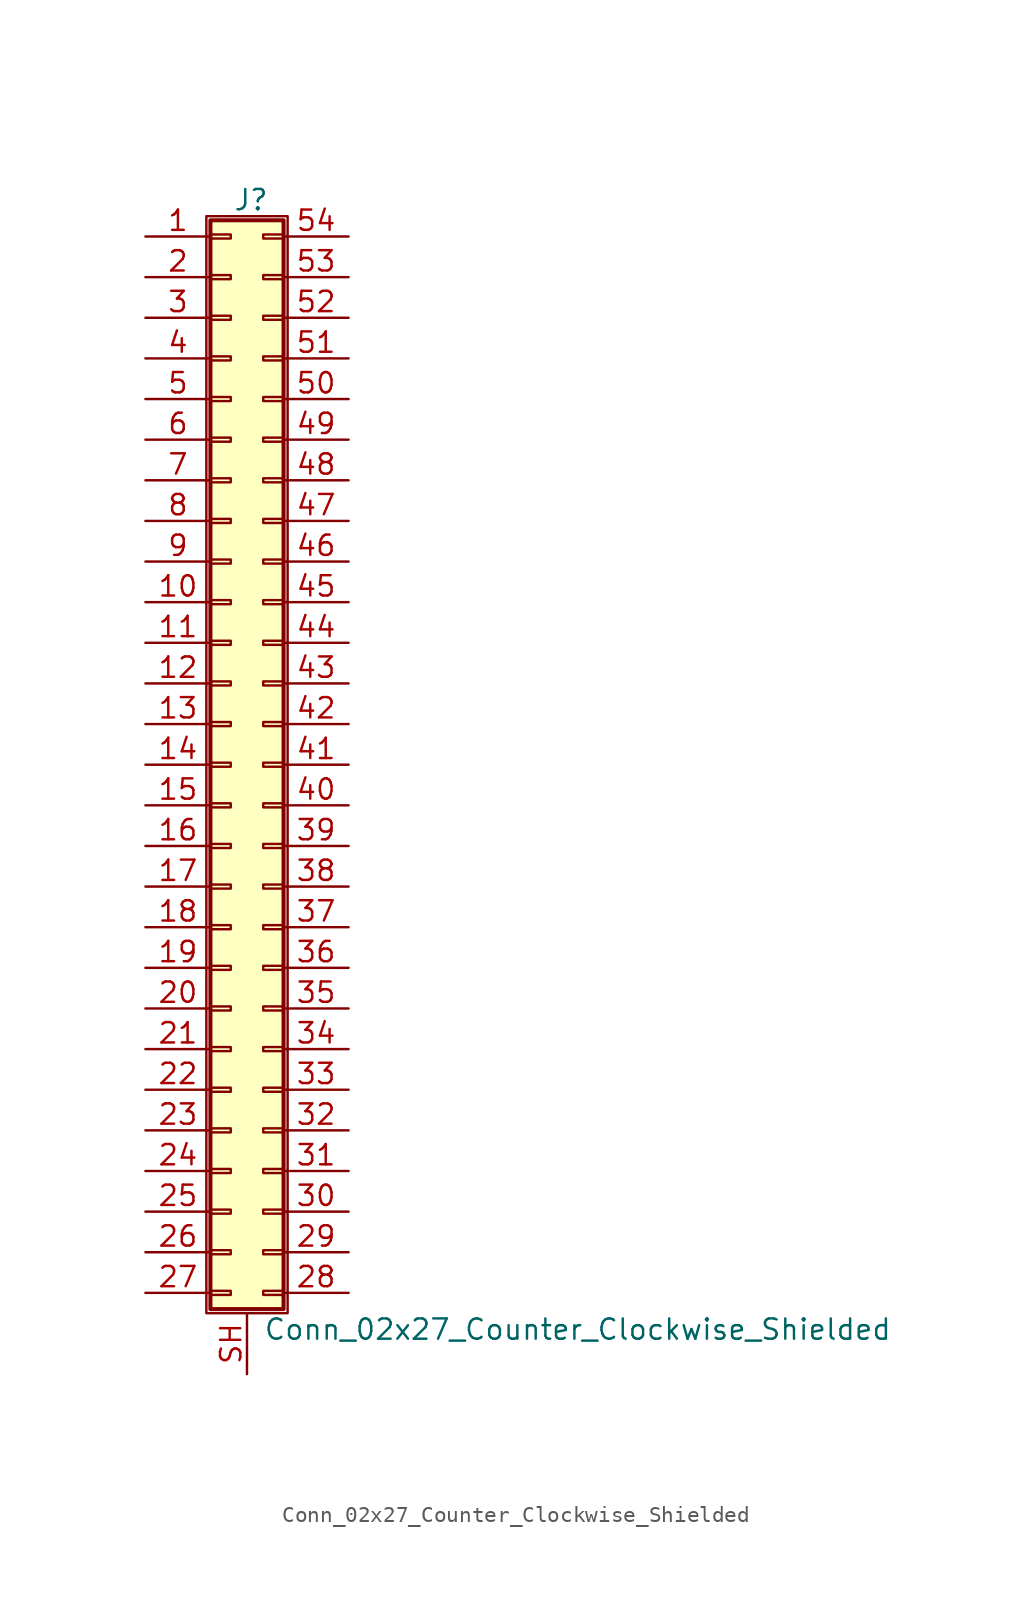
<source format=kicad_sym>
(kicad_symbol_lib
  (version 20201005)
  (generator kicad_symbol_editor)
  (symbol "Conn_02x27_Counter_Clockwise_Shielded"
    (pin_names
      (offset 1.016) hide)
    (property "Reference" "J"
      (at 1.524 35.306 0)
      (effects (font (size 1.27 1.27))))
    (property "Value" "Conn_02x27_Counter_Clockwise_Shielded"
      (at 2.286 -35.306 0)
      (effects (font (size 1.27 1.27)) (justify left)))
    (symbol "Conn_02x27_Counter_Clockwise_Shielded_1_1"
      (rectangle (start -1.27 34.29) (end 3.81 -34.29) (stroke (width 0.152)) (fill (type none)))
      (rectangle (start -1.016 -32.893) (end 0.254 -33.147) (stroke (width 0.152)) (fill (type none)))
      (rectangle (start -1.016 -30.353) (end 0.254 -30.607) (stroke (width 0.152)) (fill (type none)))
      (rectangle (start -1.016 -27.813) (end 0.254 -28.067) (stroke (width 0.152)) (fill (type none)))
      (rectangle (start -1.016 -25.273) (end 0.254 -25.527) (stroke (width 0.152)) (fill (type none)))
      (rectangle (start -1.016 -22.733) (end 0.254 -22.987) (stroke (width 0.152)) (fill (type none)))
      (rectangle (start -1.016 -20.193) (end 0.254 -20.447) (stroke (width 0.152)) (fill (type none)))
      (rectangle (start -1.016 -17.653) (end 0.254 -17.907) (stroke (width 0.152)) (fill (type none)))
      (rectangle (start -1.016 -15.113) (end 0.254 -15.367) (stroke (width 0.152)) (fill (type none)))
      (rectangle (start -1.016 -12.573) (end 0.254 -12.827) (stroke (width 0.152)) (fill (type none)))
      (rectangle (start -1.016 -10.033) (end 0.254 -10.287) (stroke (width 0.152)) (fill (type none)))
      (rectangle (start -1.016 -7.493) (end 0.254 -7.747) (stroke (width 0.152)) (fill (type none)))
      (rectangle (start -1.016 -4.953) (end 0.254 -5.207) (stroke (width 0.152)) (fill (type none)))
      (rectangle (start -1.016 -2.413) (end 0.254 -2.667) (stroke (width 0.152)) (fill (type none)))
      (rectangle (start -1.016 0.127) (end 0.254 -0.127) (stroke (width 0.152)) (fill (type none)))
      (rectangle (start -1.016 2.667) (end 0.254 2.413) (stroke (width 0.152)) (fill (type none)))
      (rectangle (start -1.016 5.207) (end 0.254 4.953) (stroke (width 0.152)) (fill (type none)))
      (rectangle (start -1.016 7.747) (end 0.254 7.493) (stroke (width 0.152)) (fill (type none)))
      (rectangle (start -1.016 10.287) (end 0.254 10.033) (stroke (width 0.152)) (fill (type none)))
      (rectangle (start -1.016 12.827) (end 0.254 12.573) (stroke (width 0.152)) (fill (type none)))
      (rectangle (start -1.016 15.367) (end 0.254 15.113) (stroke (width 0.152)) (fill (type none)))
      (rectangle (start -1.016 17.907) (end 0.254 17.653) (stroke (width 0.152)) (fill (type none)))
      (rectangle (start -1.016 20.447) (end 0.254 20.193) (stroke (width 0.152)) (fill (type none)))
      (rectangle (start -1.016 22.987) (end 0.254 22.733) (stroke (width 0.152)) (fill (type none)))
      (rectangle (start -1.016 25.527) (end 0.254 25.273) (stroke (width 0.152)) (fill (type none)))
      (rectangle (start -1.016 28.067) (end 0.254 27.813) (stroke (width 0.152)) (fill (type none)))
      (rectangle (start -1.016 30.607) (end 0.254 30.353) (stroke (width 0.152)) (fill (type none)))
      (rectangle (start -1.016 33.147) (end 0.254 32.893) (stroke (width 0.152)) (fill (type none)))
      (rectangle (start -1.016 34.036) (end 3.556 -34.036) (stroke (width 0.254)) (fill (type background)))
      (rectangle (start 3.556 -32.893) (end 2.286 -33.147) (stroke (width 0.152)) (fill (type none)))
      (rectangle (start 3.556 -30.353) (end 2.286 -30.607) (stroke (width 0.152)) (fill (type none)))
      (rectangle (start 3.556 -27.813) (end 2.286 -28.067) (stroke (width 0.152)) (fill (type none)))
      (rectangle (start 3.556 -25.273) (end 2.286 -25.527) (stroke (width 0.152)) (fill (type none)))
      (rectangle (start 3.556 -22.733) (end 2.286 -22.987) (stroke (width 0.152)) (fill (type none)))
      (rectangle (start 3.556 -20.193) (end 2.286 -20.447) (stroke (width 0.152)) (fill (type none)))
      (rectangle (start 3.556 -17.653) (end 2.286 -17.907) (stroke (width 0.152)) (fill (type none)))
      (rectangle (start 3.556 -15.113) (end 2.286 -15.367) (stroke (width 0.152)) (fill (type none)))
      (rectangle (start 3.556 -12.573) (end 2.286 -12.827) (stroke (width 0.152)) (fill (type none)))
      (rectangle (start 3.556 -10.033) (end 2.286 -10.287) (stroke (width 0.152)) (fill (type none)))
      (rectangle (start 3.556 -7.493) (end 2.286 -7.747) (stroke (width 0.152)) (fill (type none)))
      (rectangle (start 3.556 -4.953) (end 2.286 -5.207) (stroke (width 0.152)) (fill (type none)))
      (rectangle (start 3.556 -2.413) (end 2.286 -2.667) (stroke (width 0.152)) (fill (type none)))
      (rectangle (start 3.556 0.127) (end 2.286 -0.127) (stroke (width 0.152)) (fill (type none)))
      (rectangle (start 3.556 2.667) (end 2.286 2.413) (stroke (width 0.152)) (fill (type none)))
      (rectangle (start 3.556 5.207) (end 2.286 4.953) (stroke (width 0.152)) (fill (type none)))
      (rectangle (start 3.556 7.747) (end 2.286 7.493) (stroke (width 0.152)) (fill (type none)))
      (rectangle (start 3.556 10.287) (end 2.286 10.033) (stroke (width 0.152)) (fill (type none)))
      (rectangle (start 3.556 12.827) (end 2.286 12.573) (stroke (width 0.152)) (fill (type none)))
      (rectangle (start 3.556 15.367) (end 2.286 15.113) (stroke (width 0.152)) (fill (type none)))
      (rectangle (start 3.556 17.907) (end 2.286 17.653) (stroke (width 0.152)) (fill (type none)))
      (rectangle (start 3.556 20.447) (end 2.286 20.193) (stroke (width 0.152)) (fill (type none)))
      (rectangle (start 3.556 22.987) (end 2.286 22.733) (stroke (width 0.152)) (fill (type none)))
      (rectangle (start 3.556 25.527) (end 2.286 25.273) (stroke (width 0.152)) (fill (type none)))
      (rectangle (start 3.556 28.067) (end 2.286 27.813) (stroke (width 0.152)) (fill (type none)))
      (rectangle (start 3.556 30.607) (end 2.286 30.353) (stroke (width 0.152)) (fill (type none)))
      (rectangle (start 3.556 33.147) (end 2.286 32.893) (stroke (width 0.152)) (fill (type none)))
      (pin passive line (at -5.08 33.02 0) (length 4.064) (name "Pin_1" (effects (font (size 1.27 1.27)))) (number "1" (effects (font (size 1.27 1.27)))))
      (pin passive line (at -5.08 10.16 0) (length 4.064) (name "Pin_10" (effects (font (size 1.27 1.27)))) (number "10" (effects (font (size 1.27 1.27)))))
      (pin passive line (at -5.08 7.62 0) (length 4.064) (name "Pin_11" (effects (font (size 1.27 1.27)))) (number "11" (effects (font (size 1.27 1.27)))))
      (pin passive line (at -5.08 5.08 0) (length 4.064) (name "Pin_12" (effects (font (size 1.27 1.27)))) (number "12" (effects (font (size 1.27 1.27)))))
      (pin passive line (at -5.08 2.54 0) (length 4.064) (name "Pin_13" (effects (font (size 1.27 1.27)))) (number "13" (effects (font (size 1.27 1.27)))))
      (pin passive line (at -5.08 0 0) (length 4.064) (name "Pin_14" (effects (font (size 1.27 1.27)))) (number "14" (effects (font (size 1.27 1.27)))))
      (pin passive line (at -5.08 -2.54 0) (length 4.064) (name "Pin_15" (effects (font (size 1.27 1.27)))) (number "15" (effects (font (size 1.27 1.27)))))
      (pin passive line (at -5.08 -5.08 0) (length 4.064) (name "Pin_16" (effects (font (size 1.27 1.27)))) (number "16" (effects (font (size 1.27 1.27)))))
      (pin passive line (at -5.08 -7.62 0) (length 4.064) (name "Pin_17" (effects (font (size 1.27 1.27)))) (number "17" (effects (font (size 1.27 1.27)))))
      (pin passive line (at -5.08 -10.16 0) (length 4.064) (name "Pin_18" (effects (font (size 1.27 1.27)))) (number "18" (effects (font (size 1.27 1.27)))))
      (pin passive line (at -5.08 -12.7 0) (length 4.064) (name "Pin_19" (effects (font (size 1.27 1.27)))) (number "19" (effects (font (size 1.27 1.27)))))
      (pin passive line (at -5.08 30.48 0) (length 4.064) (name "Pin_2" (effects (font (size 1.27 1.27)))) (number "2" (effects (font (size 1.27 1.27)))))
      (pin passive line (at -5.08 -15.24 0) (length 4.064) (name "Pin_20" (effects (font (size 1.27 1.27)))) (number "20" (effects (font (size 1.27 1.27)))))
      (pin passive line (at -5.08 -17.78 0) (length 4.064) (name "Pin_21" (effects (font (size 1.27 1.27)))) (number "21" (effects (font (size 1.27 1.27)))))
      (pin passive line (at -5.08 -20.32 0) (length 4.064) (name "Pin_22" (effects (font (size 1.27 1.27)))) (number "22" (effects (font (size 1.27 1.27)))))
      (pin passive line (at -5.08 -22.86 0) (length 4.064) (name "Pin_23" (effects (font (size 1.27 1.27)))) (number "23" (effects (font (size 1.27 1.27)))))
      (pin passive line (at -5.08 -25.4 0) (length 4.064) (name "Pin_24" (effects (font (size 1.27 1.27)))) (number "24" (effects (font (size 1.27 1.27)))))
      (pin passive line (at -5.08 -27.94 0) (length 4.064) (name "Pin_25" (effects (font (size 1.27 1.27)))) (number "25" (effects (font (size 1.27 1.27)))))
      (pin passive line (at -5.08 -30.48 0) (length 4.064) (name "Pin_26" (effects (font (size 1.27 1.27)))) (number "26" (effects (font (size 1.27 1.27)))))
      (pin passive line (at -5.08 -33.02 0) (length 4.064) (name "Pin_27" (effects (font (size 1.27 1.27)))) (number "27" (effects (font (size 1.27 1.27)))))
      (pin passive line (at 7.62 -33.02 180) (length 4.064) (name "Pin_28" (effects (font (size 1.27 1.27)))) (number "28" (effects (font (size 1.27 1.27)))))
      (pin passive line (at 7.62 -30.48 180) (length 4.064) (name "Pin_29" (effects (font (size 1.27 1.27)))) (number "29" (effects (font (size 1.27 1.27)))))
      (pin passive line (at -5.08 27.94 0) (length 4.064) (name "Pin_3" (effects (font (size 1.27 1.27)))) (number "3" (effects (font (size 1.27 1.27)))))
      (pin passive line (at 7.62 -27.94 180) (length 4.064) (name "Pin_30" (effects (font (size 1.27 1.27)))) (number "30" (effects (font (size 1.27 1.27)))))
      (pin passive line (at 7.62 -25.4 180) (length 4.064) (name "Pin_31" (effects (font (size 1.27 1.27)))) (number "31" (effects (font (size 1.27 1.27)))))
      (pin passive line (at 7.62 -22.86 180) (length 4.064) (name "Pin_32" (effects (font (size 1.27 1.27)))) (number "32" (effects (font (size 1.27 1.27)))))
      (pin passive line (at 7.62 -20.32 180) (length 4.064) (name "Pin_33" (effects (font (size 1.27 1.27)))) (number "33" (effects (font (size 1.27 1.27)))))
      (pin passive line (at 7.62 -17.78 180) (length 4.064) (name "Pin_34" (effects (font (size 1.27 1.27)))) (number "34" (effects (font (size 1.27 1.27)))))
      (pin passive line (at 7.62 -15.24 180) (length 4.064) (name "Pin_35" (effects (font (size 1.27 1.27)))) (number "35" (effects (font (size 1.27 1.27)))))
      (pin passive line (at 7.62 -12.7 180) (length 4.064) (name "Pin_36" (effects (font (size 1.27 1.27)))) (number "36" (effects (font (size 1.27 1.27)))))
      (pin passive line (at 7.62 -10.16 180) (length 4.064) (name "Pin_37" (effects (font (size 1.27 1.27)))) (number "37" (effects (font (size 1.27 1.27)))))
      (pin passive line (at 7.62 -7.62 180) (length 4.064) (name "Pin_38" (effects (font (size 1.27 1.27)))) (number "38" (effects (font (size 1.27 1.27)))))
      (pin passive line (at 7.62 -5.08 180) (length 4.064) (name "Pin_39" (effects (font (size 1.27 1.27)))) (number "39" (effects (font (size 1.27 1.27)))))
      (pin passive line (at -5.08 25.4 0) (length 4.064) (name "Pin_4" (effects (font (size 1.27 1.27)))) (number "4" (effects (font (size 1.27 1.27)))))
      (pin passive line (at 7.62 -2.54 180) (length 4.064) (name "Pin_40" (effects (font (size 1.27 1.27)))) (number "40" (effects (font (size 1.27 1.27)))))
      (pin passive line (at 7.62 0 180) (length 4.064) (name "Pin_41" (effects (font (size 1.27 1.27)))) (number "41" (effects (font (size 1.27 1.27)))))
      (pin passive line (at 7.62 2.54 180) (length 4.064) (name "Pin_42" (effects (font (size 1.27 1.27)))) (number "42" (effects (font (size 1.27 1.27)))))
      (pin passive line (at 7.62 5.08 180) (length 4.064) (name "Pin_43" (effects (font (size 1.27 1.27)))) (number "43" (effects (font (size 1.27 1.27)))))
      (pin passive line (at 7.62 7.62 180) (length 4.064) (name "Pin_44" (effects (font (size 1.27 1.27)))) (number "44" (effects (font (size 1.27 1.27)))))
      (pin passive line (at 7.62 10.16 180) (length 4.064) (name "Pin_45" (effects (font (size 1.27 1.27)))) (number "45" (effects (font (size 1.27 1.27)))))
      (pin passive line (at 7.62 12.7 180) (length 4.064) (name "Pin_46" (effects (font (size 1.27 1.27)))) (number "46" (effects (font (size 1.27 1.27)))))
      (pin passive line (at 7.62 15.24 180) (length 4.064) (name "Pin_47" (effects (font (size 1.27 1.27)))) (number "47" (effects (font (size 1.27 1.27)))))
      (pin passive line (at 7.62 17.78 180) (length 4.064) (name "Pin_48" (effects (font (size 1.27 1.27)))) (number "48" (effects (font (size 1.27 1.27)))))
      (pin passive line (at 7.62 20.32 180) (length 4.064) (name "Pin_49" (effects (font (size 1.27 1.27)))) (number "49" (effects (font (size 1.27 1.27)))))
      (pin passive line (at -5.08 22.86 0) (length 4.064) (name "Pin_5" (effects (font (size 1.27 1.27)))) (number "5" (effects (font (size 1.27 1.27)))))
      (pin passive line (at 7.62 22.86 180) (length 4.064) (name "Pin_50" (effects (font (size 1.27 1.27)))) (number "50" (effects (font (size 1.27 1.27)))))
      (pin passive line (at 7.62 25.4 180) (length 4.064) (name "Pin_51" (effects (font (size 1.27 1.27)))) (number "51" (effects (font (size 1.27 1.27)))))
      (pin passive line (at 7.62 27.94 180) (length 4.064) (name "Pin_52" (effects (font (size 1.27 1.27)))) (number "52" (effects (font (size 1.27 1.27)))))
      (pin passive line (at 7.62 30.48 180) (length 4.064) (name "Pin_53" (effects (font (size 1.27 1.27)))) (number "53" (effects (font (size 1.27 1.27)))))
      (pin passive line (at 7.62 33.02 180) (length 4.064) (name "Pin_54" (effects (font (size 1.27 1.27)))) (number "54" (effects (font (size 1.27 1.27)))))
      (pin passive line (at -5.08 20.32 0) (length 4.064) (name "Pin_6" (effects (font (size 1.27 1.27)))) (number "6" (effects (font (size 1.27 1.27)))))
      (pin passive line (at -5.08 17.78 0) (length 4.064) (name "Pin_7" (effects (font (size 1.27 1.27)))) (number "7" (effects (font (size 1.27 1.27)))))
      (pin passive line (at -5.08 15.24 0) (length 4.064) (name "Pin_8" (effects (font (size 1.27 1.27)))) (number "8" (effects (font (size 1.27 1.27)))))
      (pin passive line (at -5.08 12.7 0) (length 4.064) (name "Pin_9" (effects (font (size 1.27 1.27)))) (number "9" (effects (font (size 1.27 1.27)))))
      (pin passive line (at 1.27 -38.1 90) (length 3.81) (name "Shield" (effects (font (size 1.27 1.27)))) (number "SH" (effects (font (size 1.27 1.27))))))))
</source>
